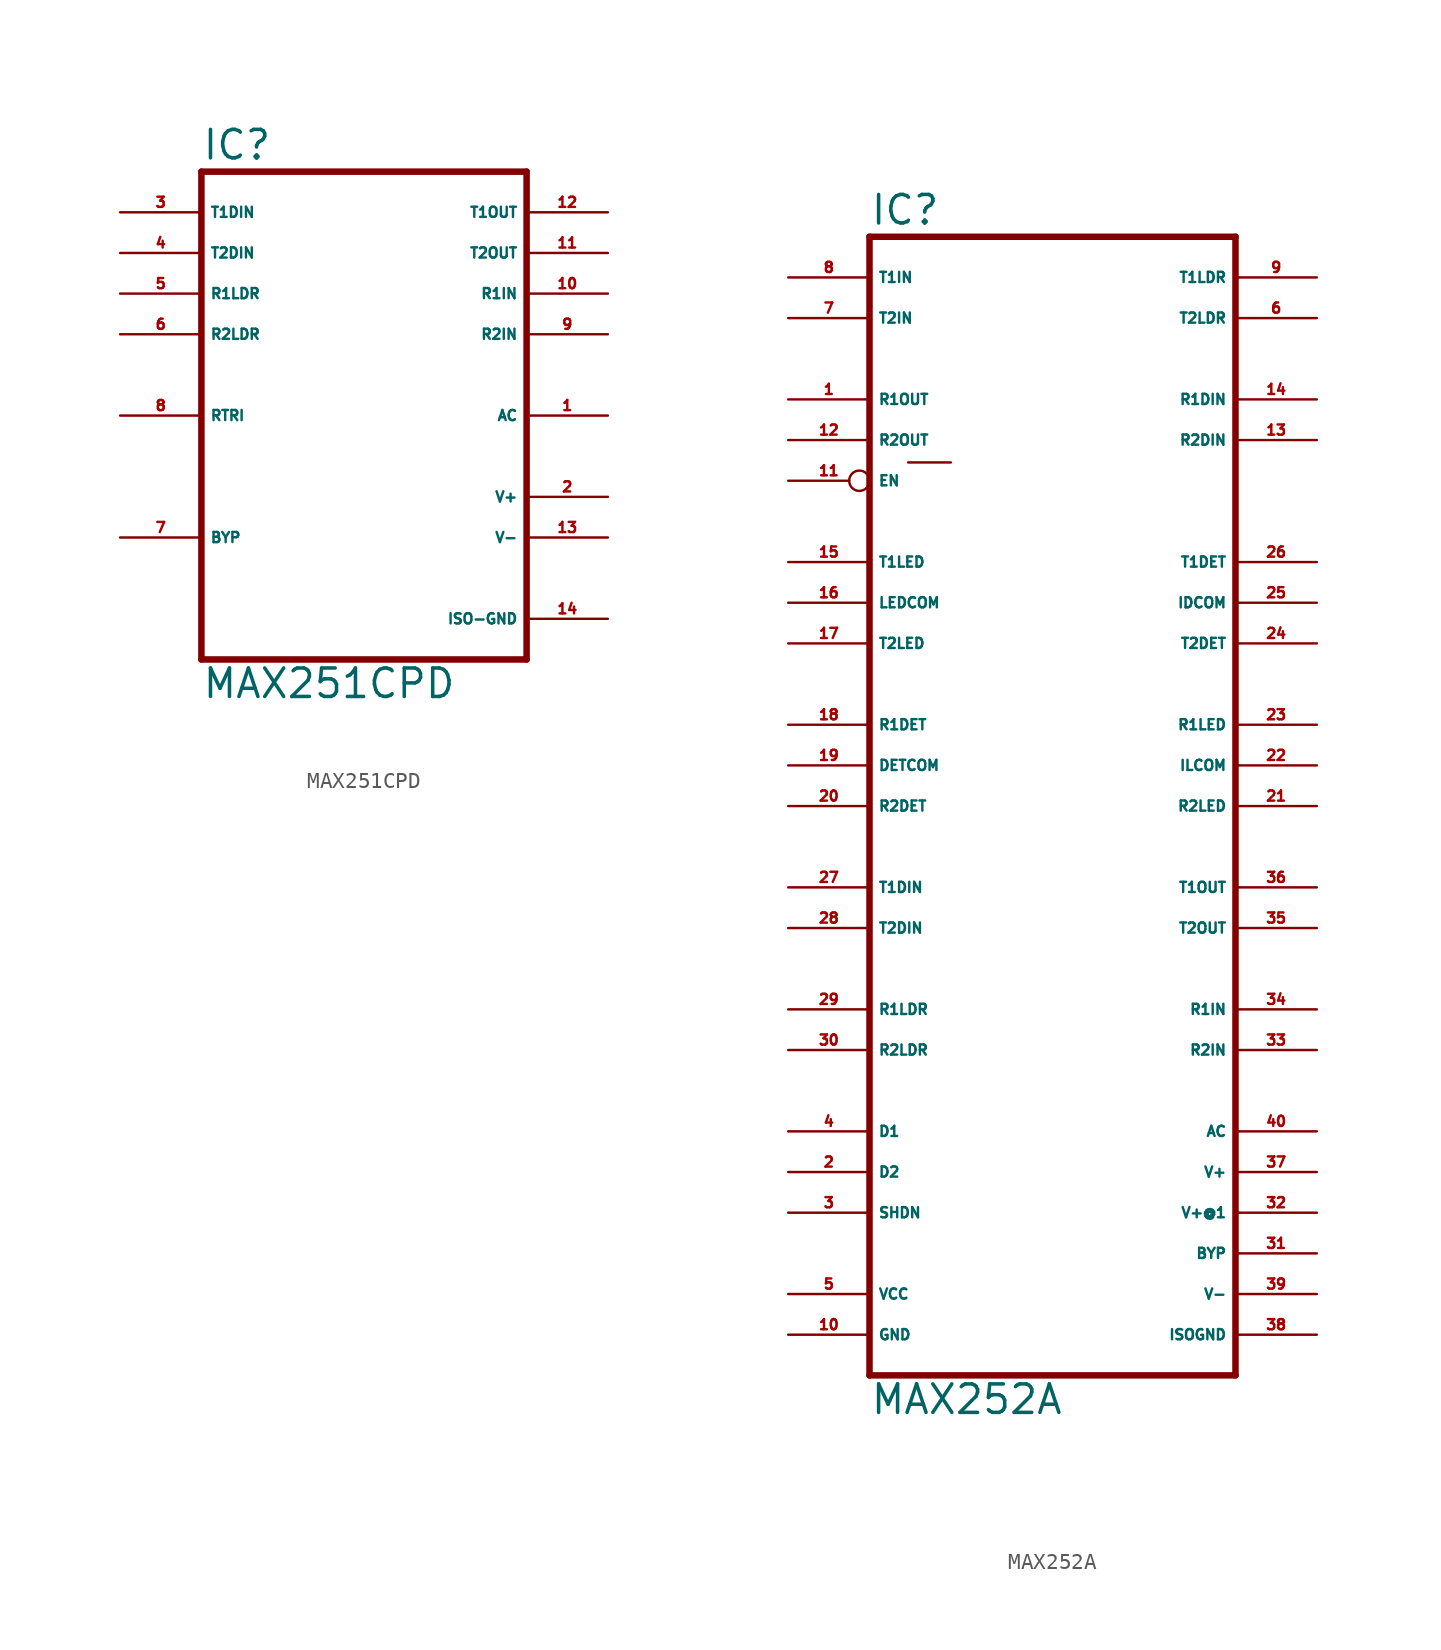
<source format=kicad_sym>
(kicad_symbol_lib
  (version 20220914)
  (generator Eagle2Kicad)
  (symbol "MAX251CPD"
    (property "Reference" "IC"
      (at -10.16 15.875 0)
      (effects (font (size 1.778 1.778) (thickness 0.22)) (justify left bottom)))
    (property "Value" "MAX251CPD"
      (at -10.16 -17.78 0)
      (effects (font (size 1.778 1.778) (thickness 0.22)) (justify left bottom)))
    (polyline
      (pts (xy 10.16 -15.24) (xy -10.16 -15.24))
      (stroke (width 0.406) (type default))
      (fill (type none)))
    (polyline
      (pts (xy -10.16 15.24) (xy -10.16 -15.24))
      (stroke (width 0.406) (type default))
      (fill (type none)))
    (polyline
      (pts (xy -10.16 15.24) (xy 10.16 15.24))
      (stroke (width 0.406) (type default))
      (fill (type none)))
    (polyline
      (pts (xy 10.16 -15.24) (xy 10.16 15.24))
      (stroke (width 0.406) (type default))
      (fill (type none)))
    (pin input line
      (at 15.24 7.62 180)
      (length 5.08)
      (name "R1IN" (effects (font (size 0.635 0.635) (thickness 0.08)) (justify left bottom)))
      (number "10" (effects (font (size 0.635 0.635) (thickness 0.08)) (justify left bottom))))
    (pin input line
      (at 15.24 5.08 180)
      (length 5.08)
      (name "R2IN" (effects (font (size 0.635 0.635) (thickness 0.08)) (justify left bottom)))
      (number "9" (effects (font (size 0.635 0.635) (thickness 0.08)) (justify left bottom))))
    (pin input line
      (at -15.24 12.7 0)
      (length 5.08)
      (name "T1DIN" (effects (font (size 0.635 0.635) (thickness 0.08)) (justify left bottom)))
      (number "3" (effects (font (size 0.635 0.635) (thickness 0.08)) (justify left bottom))))
    (pin input line
      (at -15.24 10.16 0)
      (length 5.08)
      (name "T2DIN" (effects (font (size 0.635 0.635) (thickness 0.08)) (justify left bottom)))
      (number "4" (effects (font (size 0.635 0.635) (thickness 0.08)) (justify left bottom))))
    (pin output line
      (at 15.24 12.7 180)
      (length 5.08)
      (name "T1OUT" (effects (font (size 0.635 0.635) (thickness 0.08)) (justify left bottom)))
      (number "12" (effects (font (size 0.635 0.635) (thickness 0.08)) (justify left bottom))))
    (pin passive line
      (at 15.24 -12.7 180)
      (length 5.08)
      (name "ISO-GND" (effects (font (size 0.635 0.635) (thickness 0.08)) (justify left bottom)))
      (number "14" (effects (font (size 0.635 0.635) (thickness 0.08)) (justify left bottom))))
    (pin passive line
      (at -15.24 -7.62 0)
      (length 5.08)
      (name "BYP" (effects (font (size 0.635 0.635) (thickness 0.08)) (justify left bottom)))
      (number "7" (effects (font (size 0.635 0.635) (thickness 0.08)) (justify left bottom))))
    (pin unspecified line
      (at 15.24 -5.08 180)
      (length 5.08)
      (name "V+" (effects (font (size 0.635 0.635) (thickness 0.08)) (justify left bottom)))
      (number "2" (effects (font (size 0.635 0.635) (thickness 0.08)) (justify left bottom))))
    (pin output line
      (at 15.24 10.16 180)
      (length 5.08)
      (name "T2OUT" (effects (font (size 0.635 0.635) (thickness 0.08)) (justify left bottom)))
      (number "11" (effects (font (size 0.635 0.635) (thickness 0.08)) (justify left bottom))))
    (pin output line
      (at -15.24 7.62 0)
      (length 5.08)
      (name "R1LDR" (effects (font (size 0.635 0.635) (thickness 0.08)) (justify left bottom)))
      (number "5" (effects (font (size 0.635 0.635) (thickness 0.08)) (justify left bottom))))
    (pin output line
      (at -15.24 5.08 0)
      (length 5.08)
      (name "R2LDR" (effects (font (size 0.635 0.635) (thickness 0.08)) (justify left bottom)))
      (number "6" (effects (font (size 0.635 0.635) (thickness 0.08)) (justify left bottom))))
    (pin input line
      (at -15.24 0 0)
      (length 5.08)
      (name "RTRI" (effects (font (size 0.635 0.635) (thickness 0.08)) (justify left bottom)))
      (number "8" (effects (font (size 0.635 0.635) (thickness 0.08)) (justify left bottom))))
    (pin passive line
      (at 15.24 0 180)
      (length 5.08)
      (name "AC" (effects (font (size 0.635 0.635) (thickness 0.08)) (justify left bottom)))
      (number "1" (effects (font (size 0.635 0.635) (thickness 0.08)) (justify left bottom))))
    (pin unspecified line
      (at 15.24 -7.62 180)
      (length 5.08)
      (name "V-" (effects (font (size 0.635 0.635) (thickness 0.08)) (justify left bottom)))
      (number "13" (effects (font (size 0.635 0.635) (thickness 0.08)) (justify left bottom)))))
  (symbol "MAX252A"
    (property "Reference" "IC"
      (at -12.7 36.195 0)
      (effects (font (size 1.778 1.778) (thickness 0.22)) (justify left bottom)))
    (property "Value" "MAX252A"
      (at -12.7 -38.1 0)
      (effects (font (size 1.778 1.778) (thickness 0.22)) (justify left bottom)))
    (polyline
      (pts (xy 10.16 -35.56) (xy -12.7 -35.56))
      (stroke (width 0.406) (type default))
      (fill (type none)))
    (polyline
      (pts (xy -12.7 35.56) (xy -12.7 -35.56))
      (stroke (width 0.406) (type default))
      (fill (type none)))
    (polyline
      (pts (xy -12.7 35.56) (xy 10.16 35.56))
      (stroke (width 0.406) (type default))
      (fill (type none)))
    (polyline
      (pts (xy 10.16 -35.56) (xy 10.16 35.56))
      (stroke (width 0.406) (type default))
      (fill (type none)))
    (polyline
      (pts (xy -7.62 21.463) (xy -10.287 21.463))
      (stroke (width 0.152) (type default))
      (fill (type none)))
    (pin input line
      (at 15.24 25.4 180)
      (length 5.08)
      (name "R1DIN" (effects (font (size 0.635 0.635) (thickness 0.08)) (justify left bottom)))
      (number "14" (effects (font (size 0.635 0.635) (thickness 0.08)) (justify left bottom))))
    (pin input line
      (at 15.24 22.86 180)
      (length 5.08)
      (name "R2DIN" (effects (font (size 0.635 0.635) (thickness 0.08)) (justify left bottom)))
      (number "13" (effects (font (size 0.635 0.635) (thickness 0.08)) (justify left bottom))))
    (pin input line
      (at -17.78 33.02 0)
      (length 5.08)
      (name "T1IN" (effects (font (size 0.635 0.635) (thickness 0.08)) (justify left bottom)))
      (number "8" (effects (font (size 0.635 0.635) (thickness 0.08)) (justify left bottom))))
    (pin input line
      (at -17.78 30.48 0)
      (length 5.08)
      (name "T2IN" (effects (font (size 0.635 0.635) (thickness 0.08)) (justify left bottom)))
      (number "7" (effects (font (size 0.635 0.635) (thickness 0.08)) (justify left bottom))))
    (pin output line
      (at 15.24 33.02 180)
      (length 5.08)
      (name "T1LDR" (effects (font (size 0.635 0.635) (thickness 0.08)) (justify left bottom)))
      (number "9" (effects (font (size 0.635 0.635) (thickness 0.08)) (justify left bottom))))
    (pin unspecified line
      (at -17.78 -33.02 0)
      (length 5.08)
      (name "GND" (effects (font (size 0.635 0.635) (thickness 0.08)) (justify left bottom)))
      (number "10" (effects (font (size 0.635 0.635) (thickness 0.08)) (justify left bottom))))
    (pin passive line
      (at -17.78 -22.86 0)
      (length 5.08)
      (name "D2" (effects (font (size 0.635 0.635) (thickness 0.08)) (justify left bottom)))
      (number "2" (effects (font (size 0.635 0.635) (thickness 0.08)) (justify left bottom))))
    (pin unspecified line
      (at -17.78 -30.48 0)
      (length 5.08)
      (name "VCC" (effects (font (size 0.635 0.635) (thickness 0.08)) (justify left bottom)))
      (number "5" (effects (font (size 0.635 0.635) (thickness 0.08)) (justify left bottom))))
    (pin output line
      (at 15.24 30.48 180)
      (length 5.08)
      (name "T2LDR" (effects (font (size 0.635 0.635) (thickness 0.08)) (justify left bottom)))
      (number "6" (effects (font (size 0.635 0.635) (thickness 0.08)) (justify left bottom))))
    (pin output line
      (at -17.78 25.4 0)
      (length 5.08)
      (name "R1OUT" (effects (font (size 0.635 0.635) (thickness 0.08)) (justify left bottom)))
      (number "1" (effects (font (size 0.635 0.635) (thickness 0.08)) (justify left bottom))))
    (pin output line
      (at -17.78 22.86 0)
      (length 5.08)
      (name "R2OUT" (effects (font (size 0.635 0.635) (thickness 0.08)) (justify left bottom)))
      (number "12" (effects (font (size 0.635 0.635) (thickness 0.08)) (justify left bottom))))
    (pin passive line
      (at -17.78 -20.32 0)
      (length 5.08)
      (name "D1" (effects (font (size 0.635 0.635) (thickness 0.08)) (justify left bottom)))
      (number "4" (effects (font (size 0.635 0.635) (thickness 0.08)) (justify left bottom))))
    (pin input inverted
      (at -17.78 20.32 0)
      (length 5.08)
      (name "EN" (effects (font (size 0.635 0.635) (thickness 0.08)) (justify left bottom)))
      (number "11" (effects (font (size 0.635 0.635) (thickness 0.08)) (justify left bottom))))
    (pin input line
      (at -17.78 -25.4 0)
      (length 5.08)
      (name "SHDN" (effects (font (size 0.635 0.635) (thickness 0.08)) (justify left bottom)))
      (number "3" (effects (font (size 0.635 0.635) (thickness 0.08)) (justify left bottom))))
    (pin passive line
      (at -17.78 15.24 0)
      (length 5.08)
      (name "T1LED" (effects (font (size 0.635 0.635) (thickness 0.08)) (justify left bottom)))
      (number "15" (effects (font (size 0.635 0.635) (thickness 0.08)) (justify left bottom))))
    (pin passive line
      (at -17.78 12.7 0)
      (length 5.08)
      (name "LEDCOM" (effects (font (size 0.635 0.635) (thickness 0.08)) (justify left bottom)))
      (number "16" (effects (font (size 0.635 0.635) (thickness 0.08)) (justify left bottom))))
    (pin passive line
      (at -17.78 10.16 0)
      (length 5.08)
      (name "T2LED" (effects (font (size 0.635 0.635) (thickness 0.08)) (justify left bottom)))
      (number "17" (effects (font (size 0.635 0.635) (thickness 0.08)) (justify left bottom))))
    (pin passive line
      (at -17.78 5.08 0)
      (length 5.08)
      (name "R1DET" (effects (font (size 0.635 0.635) (thickness 0.08)) (justify left bottom)))
      (number "18" (effects (font (size 0.635 0.635) (thickness 0.08)) (justify left bottom))))
    (pin passive line
      (at -17.78 2.54 0)
      (length 5.08)
      (name "DETCOM" (effects (font (size 0.635 0.635) (thickness 0.08)) (justify left bottom)))
      (number "19" (effects (font (size 0.635 0.635) (thickness 0.08)) (justify left bottom))))
    (pin passive line
      (at -17.78 0 0)
      (length 5.08)
      (name "R2DET" (effects (font (size 0.635 0.635) (thickness 0.08)) (justify left bottom)))
      (number "20" (effects (font (size 0.635 0.635) (thickness 0.08)) (justify left bottom))))
    (pin unspecified line
      (at 15.24 -33.02 180)
      (length 5.08)
      (name "ISOGND" (effects (font (size 0.635 0.635) (thickness 0.08)) (justify left bottom)))
      (number "38" (effects (font (size 0.635 0.635) (thickness 0.08)) (justify left bottom))))
    (pin passive line
      (at 15.24 15.24 180)
      (length 5.08)
      (name "T1DET" (effects (font (size 0.635 0.635) (thickness 0.08)) (justify left bottom)))
      (number "26" (effects (font (size 0.635 0.635) (thickness 0.08)) (justify left bottom))))
    (pin passive line
      (at 15.24 10.16 180)
      (length 5.08)
      (name "T2DET" (effects (font (size 0.635 0.635) (thickness 0.08)) (justify left bottom)))
      (number "24" (effects (font (size 0.635 0.635) (thickness 0.08)) (justify left bottom))))
    (pin passive line
      (at 15.24 12.7 180)
      (length 5.08)
      (name "IDCOM" (effects (font (size 0.635 0.635) (thickness 0.08)) (justify left bottom)))
      (number "25" (effects (font (size 0.635 0.635) (thickness 0.08)) (justify left bottom))))
    (pin passive line
      (at 15.24 5.08 180)
      (length 5.08)
      (name "R1LED" (effects (font (size 0.635 0.635) (thickness 0.08)) (justify left bottom)))
      (number "23" (effects (font (size 0.635 0.635) (thickness 0.08)) (justify left bottom))))
    (pin passive line
      (at 15.24 2.54 180)
      (length 5.08)
      (name "ILCOM" (effects (font (size 0.635 0.635) (thickness 0.08)) (justify left bottom)))
      (number "22" (effects (font (size 0.635 0.635) (thickness 0.08)) (justify left bottom))))
    (pin passive line
      (at 15.24 0 180)
      (length 5.08)
      (name "R2LED" (effects (font (size 0.635 0.635) (thickness 0.08)) (justify left bottom)))
      (number "21" (effects (font (size 0.635 0.635) (thickness 0.08)) (justify left bottom))))
    (pin input line
      (at -17.78 -5.08 0)
      (length 5.08)
      (name "T1DIN" (effects (font (size 0.635 0.635) (thickness 0.08)) (justify left bottom)))
      (number "27" (effects (font (size 0.635 0.635) (thickness 0.08)) (justify left bottom))))
    (pin input line
      (at -17.78 -7.62 0)
      (length 5.08)
      (name "T2DIN" (effects (font (size 0.635 0.635) (thickness 0.08)) (justify left bottom)))
      (number "28" (effects (font (size 0.635 0.635) (thickness 0.08)) (justify left bottom))))
    (pin output line
      (at -17.78 -12.7 0)
      (length 5.08)
      (name "R1LDR" (effects (font (size 0.635 0.635) (thickness 0.08)) (justify left bottom)))
      (number "29" (effects (font (size 0.635 0.635) (thickness 0.08)) (justify left bottom))))
    (pin output line
      (at -17.78 -15.24 0)
      (length 5.08)
      (name "R2LDR" (effects (font (size 0.635 0.635) (thickness 0.08)) (justify left bottom)))
      (number "30" (effects (font (size 0.635 0.635) (thickness 0.08)) (justify left bottom))))
    (pin input line
      (at 15.24 -12.7 180)
      (length 5.08)
      (name "R1IN" (effects (font (size 0.635 0.635) (thickness 0.08)) (justify left bottom)))
      (number "34" (effects (font (size 0.635 0.635) (thickness 0.08)) (justify left bottom))))
    (pin input line
      (at 15.24 -15.24 180)
      (length 5.08)
      (name "R2IN" (effects (font (size 0.635 0.635) (thickness 0.08)) (justify left bottom)))
      (number "33" (effects (font (size 0.635 0.635) (thickness 0.08)) (justify left bottom))))
    (pin output line
      (at 15.24 -5.08 180)
      (length 5.08)
      (name "T1OUT" (effects (font (size 0.635 0.635) (thickness 0.08)) (justify left bottom)))
      (number "36" (effects (font (size 0.635 0.635) (thickness 0.08)) (justify left bottom))))
    (pin output line
      (at 15.24 -7.62 180)
      (length 5.08)
      (name "T2OUT" (effects (font (size 0.635 0.635) (thickness 0.08)) (justify left bottom)))
      (number "35" (effects (font (size 0.635 0.635) (thickness 0.08)) (justify left bottom))))
    (pin passive line
      (at 15.24 -20.32 180)
      (length 5.08)
      (name "AC" (effects (font (size 0.635 0.635) (thickness 0.08)) (justify left bottom)))
      (number "40" (effects (font (size 0.635 0.635) (thickness 0.08)) (justify left bottom))))
    (pin unspecified line
      (at 15.24 -22.86 180)
      (length 5.08)
      (name "V+" (effects (font (size 0.635 0.635) (thickness 0.08)) (justify left bottom)))
      (number "37" (effects (font (size 0.635 0.635) (thickness 0.08)) (justify left bottom))))
    (pin unspecified line
      (at 15.24 -25.4 180)
      (length 5.08)
      (name "V+@1" (effects (font (size 0.635 0.635) (thickness 0.08)) (justify left bottom)))
      (number "32" (effects (font (size 0.635 0.635) (thickness 0.08)) (justify left bottom))))
    (pin passive line
      (at 15.24 -27.94 180)
      (length 5.08)
      (name "BYP" (effects (font (size 0.635 0.635) (thickness 0.08)) (justify left bottom)))
      (number "31" (effects (font (size 0.635 0.635) (thickness 0.08)) (justify left bottom))))
    (pin unspecified line
      (at 15.24 -30.48 180)
      (length 5.08)
      (name "V-" (effects (font (size 0.635 0.635) (thickness 0.08)) (justify left bottom)))
      (number "39" (effects (font (size 0.635 0.635) (thickness 0.08)) (justify left bottom))))))
</source>
